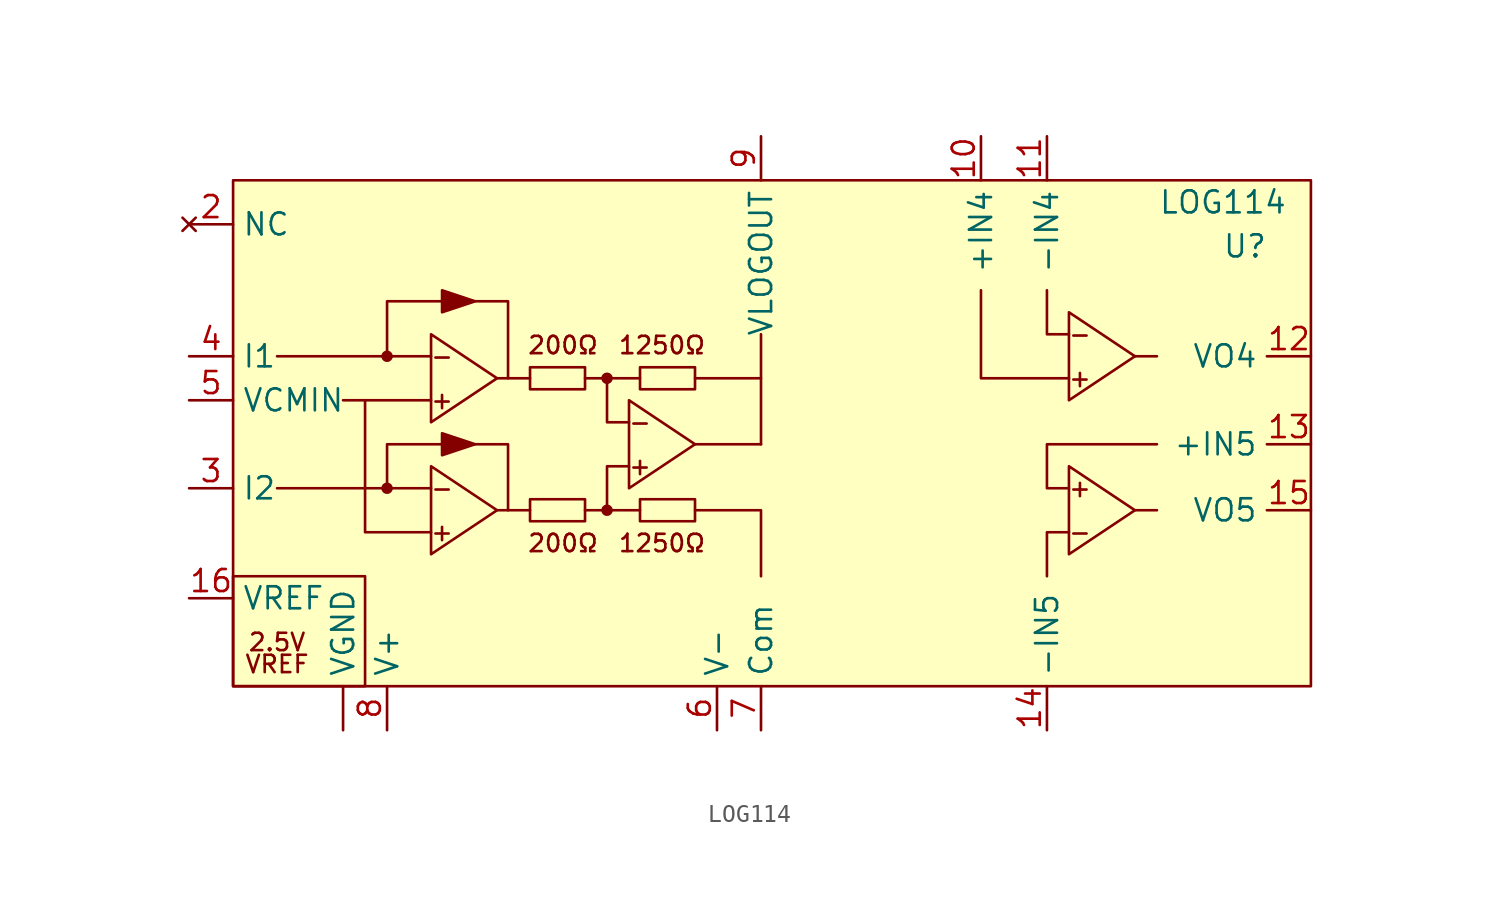
<source format=kicad_sym>
(kicad_symbol_lib
  (version 20211014)
  (generator kicad_symbol_editor)
  (symbol "LOG114"
    (property "Reference" "U"
      (at 35.56 15.24 0)
      (effects (font (size 1.27 1.27))))
    (property "Value" "LOG114"
      (at 34.29 17.78 0)
      (effects (font (size 1.27 1.27))))
    (symbol "LOG114_0_0"
      (rectangle (start -22.86 -3.81) (end -15.24 -10.16) (stroke (width 0) (type default) (color 0 0 0 0)) (fill (type background)))
      (circle (center -13.97 1.27) (radius 0.254) (stroke (width 0) (type default) (color 0 0 0 0)) (fill (type outline)))
      (circle (center -13.97 8.89) (radius 0.254) (stroke (width 0) (type default) (color 0 0 0 0)) (fill (type outline)))
      (circle (center -1.27 0) (radius 0.254) (stroke (width 0) (type default) (color 0 0 0 0)) (fill (type outline)))
      (circle (center -1.27 7.62) (radius 0.254) (stroke (width 0) (type default) (color 0 0 0 0)) (fill (type outline)))
      (polyline (pts (xy -13.97 1.27) (xy -20.32 1.27)) (stroke (width 0) (type default) (color 0 0 0 0)) (fill (type none)))
      (polyline (pts (xy -13.97 8.89) (xy -20.32 8.89)) (stroke (width 0) (type default) (color 0 0 0 0)) (fill (type none)))
      (polyline (pts (xy -11.43 6.35) (xy -16.51 6.35)) (stroke (width 0) (type default) (color 0 0 0 0)) (fill (type none)))
      (polyline (pts (xy -1.27 0) (xy -2.54 0)) (stroke (width 0) (type default) (color 0 0 0 0)) (fill (type none)))
      (polyline (pts (xy -1.27 0) (xy 0.635 0)) (stroke (width 0) (type default) (color 0 0 0 0)) (fill (type none)))
      (polyline (pts (xy -1.27 7.62) (xy -2.54 7.62)) (stroke (width 0) (type default) (color 0 0 0 0)) (fill (type none)))
      (polyline (pts (xy -1.27 7.62) (xy 0.635 7.62)) (stroke (width 0) (type default) (color 0 0 0 0)) (fill (type none)))
      (polyline (pts (xy 3.81 7.62) (xy 7.62 7.62)) (stroke (width 0) (type default) (color 0 0 0 0)) (fill (type none)))
      (polyline (pts (xy 7.62 3.81) (xy 7.62 10.16)) (stroke (width 0) (type default) (color 0 0 0 0)) (fill (type none)))
      (polyline (pts (xy -15.24 6.35) (xy -15.24 -1.27) (xy -11.43 -1.27)) (stroke (width 0) (type default) (color 0 0 0 0)) (fill (type none)))
      (polyline (pts (xy 0 2.54) (xy -1.27 2.54) (xy -1.27 0)) (stroke (width 0) (type default) (color 0 0 0 0)) (fill (type none)))
      (polyline (pts (xy 0 5.08) (xy -1.27 5.08) (xy -1.27 7.62)) (stroke (width 0) (type default) (color 0 0 0 0)) (fill (type none)))
      (polyline (pts (xy 3.81 0) (xy 7.62 0) (xy 7.62 -3.81)) (stroke (width 0) (type default) (color 0 0 0 0)) (fill (type none)))
      (polyline (pts (xy -10.795 4.445) (xy -10.795 3.175) (xy -8.89 3.81) (xy -10.795 4.445)) (stroke (width 0) (type default) (color 0 0 0 0)) (fill (type outline)))
      (polyline (pts (xy -10.795 12.7) (xy -10.795 11.43) (xy -8.89 12.065) (xy -10.795 12.7)) (stroke (width 0) (type default) (color 0 0 0 0)) (fill (type outline)))
      (polyline (pts (xy -11.43 8.89) (xy -13.97 8.89) (xy -13.97 12.065) (xy -6.985 12.065) (xy -6.985 7.62)) (stroke (width 0) (type default) (color 0 0 0 0)) (fill (type none)))
      (polyline (pts (xy -6.985 0) (xy -6.985 3.81) (xy -13.97 3.81) (xy -13.97 1.27) (xy -11.43 1.27)) (stroke (width 0) (type default) (color 0 0 0 0)) (fill (type none)))
      (polyline (pts (xy -5.715 0.635) (xy -5.715 -0.635) (xy -2.54 -0.635) (xy -2.54 0.635) (xy -5.715 0.635)) (stroke (width 0) (type default) (color 0 0 0 0)) (fill (type none)))
      (polyline (pts (xy -5.715 8.255) (xy -5.715 6.985) (xy -2.54 6.985) (xy -2.54 8.255) (xy -5.715 8.255)) (stroke (width 0) (type default) (color 0 0 0 0)) (fill (type none)))
      (polyline (pts (xy 0.635 0.635) (xy 0.635 -0.635) (xy 3.81 -0.635) (xy 3.81 0.635) (xy 0.635 0.635)) (stroke (width 0) (type default) (color 0 0 0 0)) (fill (type none)))
      (polyline (pts (xy 0.635 8.255) (xy 0.635 6.985) (xy 3.81 6.985) (xy 3.81 8.255) (xy 0.635 8.255)) (stroke (width 0) (type default) (color 0 0 0 0)) (fill (type none)))
      (text "+" (at -10.795 -1.27 0) (effects (font (size 1 1))))
      (text "+" (at -10.795 6.35 0) (effects (font (size 1 1))))
      (text "+" (at 0.635 2.54 0) (effects (font (size 1 1))))
      (text "+" (at 26.035 1.27 0) (effects (font (size 1 1))))
      (text "+" (at 26.035 7.62 0) (effects (font (size 1 1))))
      (text "-" (at -10.795 1.27 0) (effects (font (size 1 1))))
      (text "-" (at -10.795 8.89 0) (effects (font (size 1 1))))
      (text "-" (at 0.635 5.08 0) (effects (font (size 1 1))))
      (text "-" (at 26.035 -1.27 0) (effects (font (size 1 1))))
      (text "-" (at 26.035 10.16 0) (effects (font (size 1 1))))
      (text "1250Ω" (at 1.905 -1.905 0) (effects (font (size 1 1))))
      (text "1250Ω" (at 1.905 9.525 0) (effects (font (size 1 1))))
      (text "2.5V" (at -20.32 -7.62 0) (effects (font (size 1 1))))
      (text "200Ω" (at -3.81 -1.905 0) (effects (font (size 1 1))))
      (text "200Ω" (at -3.81 9.525 0) (effects (font (size 1 1))))
      (text "VREF" (at -20.32 -8.89 0) (effects (font (size 1 1)))))
    (symbol "LOG114_0_1"
      (rectangle (start -22.86 19.05) (end 39.37 -10.16) (stroke (width 0) (type default) (color 0 0 0 0)) (fill (type background)))
      (polyline (pts (xy -7.62 0) (xy -5.715 0)) (stroke (width 0) (type default) (color 0 0 0 0)) (fill (type none)))
      (polyline (pts (xy -7.62 7.62) (xy -5.715 7.62)) (stroke (width 0) (type default) (color 0 0 0 0)) (fill (type none)))
      (polyline (pts (xy 3.81 3.81) (xy 7.62 3.81)) (stroke (width 0) (type default) (color 0 0 0 0)) (fill (type none)))
      (polyline (pts (xy 29.21 0) (xy 30.48 0)) (stroke (width 0) (type default) (color 0 0 0 0)) (fill (type none)))
      (polyline (pts (xy 29.21 8.89) (xy 30.48 8.89)) (stroke (width 0) (type default) (color 0 0 0 0)) (fill (type none)))
      (polyline (pts (xy 25.4 -1.27) (xy 24.13 -1.27) (xy 24.13 -3.81)) (stroke (width 0) (type default) (color 0 0 0 0)) (fill (type none)))
      (polyline (pts (xy 25.4 7.62) (xy 20.32 7.62) (xy 20.32 12.7)) (stroke (width 0) (type default) (color 0 0 0 0)) (fill (type none)))
      (polyline (pts (xy 25.4 10.16) (xy 24.13 10.16) (xy 24.13 12.7)) (stroke (width 0) (type default) (color 0 0 0 0)) (fill (type none)))
      (polyline (pts (xy -11.43 2.54) (xy -11.43 -2.54) (xy -7.62 0) (xy -11.43 2.54)) (stroke (width 0) (type default) (color 0 0 0 0)) (fill (type none)))
      (polyline (pts (xy -11.43 10.16) (xy -11.43 5.08) (xy -7.62 7.62) (xy -11.43 10.16)) (stroke (width 0) (type default) (color 0 0 0 0)) (fill (type none)))
      (polyline (pts (xy 0 6.35) (xy 0 1.27) (xy 3.81 3.81) (xy 0 6.35)) (stroke (width 0) (type default) (color 0 0 0 0)) (fill (type none)))
      (polyline (pts (xy 25.4 1.27) (xy 24.13 1.27) (xy 24.13 3.81) (xy 30.48 3.81)) (stroke (width 0) (type default) (color 0 0 0 0)) (fill (type none)))
      (polyline (pts (xy 25.4 2.54) (xy 25.4 -2.54) (xy 29.21 0) (xy 25.4 2.54)) (stroke (width 0) (type default) (color 0 0 0 0)) (fill (type none)))
      (polyline (pts (xy 25.4 11.43) (xy 25.4 6.35) (xy 29.21 8.89) (xy 25.4 11.43)) (stroke (width 0) (type default) (color 0 0 0 0)) (fill (type none))))
    (symbol "LOG114_1_1"
      (pin input line (at -16.51 -12.7 90) (length 2.54) (name "VGND" (effects (font (size 1.27 1.27)))) (number "" (effects (font (size 1.27 1.27)))))
      (pin input line (at 20.32 21.59 270) (length 2.54) (name "+IN4" (effects (font (size 1.27 1.27)))) (number "10" (effects (font (size 1.27 1.27)))))
      (pin input line (at 24.13 21.59 270) (length 2.54) (name "-IN4" (effects (font (size 1.27 1.27)))) (number "11" (effects (font (size 1.27 1.27)))))
      (pin input line (at 39.37 8.89 180) (length 2.54) (name "VO4" (effects (font (size 1.27 1.27)))) (number "12" (effects (font (size 1.27 1.27)))))
      (pin input line (at 39.37 3.81 180) (length 2.54) (name "+IN5" (effects (font (size 1.27 1.27)))) (number "13" (effects (font (size 1.27 1.27)))))
      (pin input line (at 24.13 -12.7 90) (length 2.54) (name "-IN5" (effects (font (size 1.27 1.27)))) (number "14" (effects (font (size 1.27 1.27)))))
      (pin input line (at 39.37 0 180) (length 2.54) (name "VO5" (effects (font (size 1.27 1.27)))) (number "15" (effects (font (size 1.27 1.27)))))
      (pin input line (at -25.4 -5.08 0) (length 2.54) (name "VREF" (effects (font (size 1.27 1.27)))) (number "16" (effects (font (size 1.27 1.27)))))
      (pin no_connect line (at -25.4 16.51 0) (length 2.54) (name "NC" (effects (font (size 1.27 1.27)))) (number "2" (effects (font (size 1.27 1.27)))))
      (pin input line (at -25.4 1.27 0) (length 2.54) (name "I2" (effects (font (size 1.27 1.27)))) (number "3" (effects (font (size 1.27 1.27)))))
      (pin input line (at -25.4 8.89 0) (length 2.54) (name "I1" (effects (font (size 1.27 1.27)))) (number "4" (effects (font (size 1.27 1.27)))))
      (pin input line (at -25.4 6.35 0) (length 2.54) (name "VCMIN" (effects (font (size 1.27 1.27)))) (number "5" (effects (font (size 1.27 1.27)))))
      (pin input line (at 5.08 -12.7 90) (length 2.54) (name "V-" (effects (font (size 1.27 1.27)))) (number "6" (effects (font (size 1.27 1.27)))))
      (pin input line (at 7.62 -12.7 90) (length 2.54) (name "Com" (effects (font (size 1.27 1.27)))) (number "7" (effects (font (size 1.27 1.27)))))
      (pin input line (at -13.97 -12.7 90) (length 2.54) (name "V+" (effects (font (size 1.27 1.27)))) (number "8" (effects (font (size 1.27 1.27)))))
      (pin input line (at 7.62 21.59 270) (length 2.54) (name "VLOGOUT" (effects (font (size 1.27 1.27)))) (number "9" (effects (font (size 1.27 1.27))))))))
</source>
